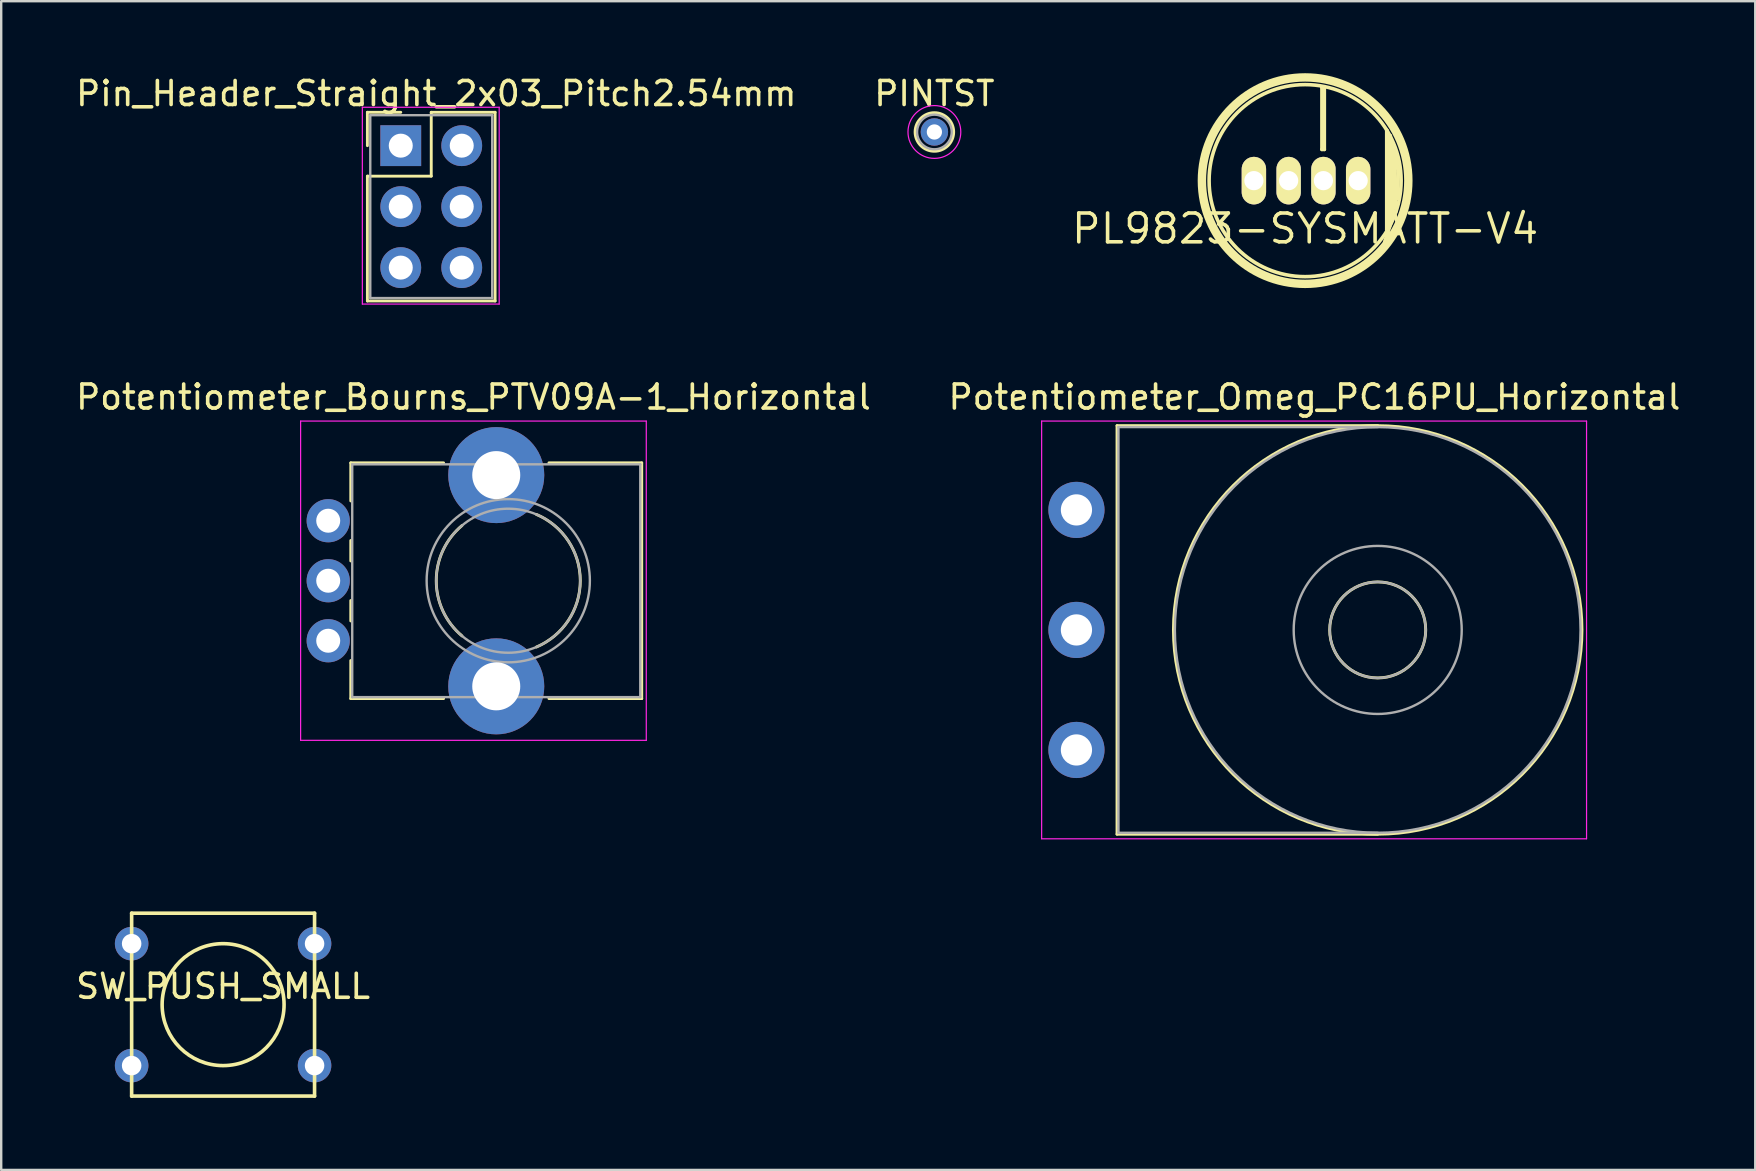
<source format=kicad_pcb>
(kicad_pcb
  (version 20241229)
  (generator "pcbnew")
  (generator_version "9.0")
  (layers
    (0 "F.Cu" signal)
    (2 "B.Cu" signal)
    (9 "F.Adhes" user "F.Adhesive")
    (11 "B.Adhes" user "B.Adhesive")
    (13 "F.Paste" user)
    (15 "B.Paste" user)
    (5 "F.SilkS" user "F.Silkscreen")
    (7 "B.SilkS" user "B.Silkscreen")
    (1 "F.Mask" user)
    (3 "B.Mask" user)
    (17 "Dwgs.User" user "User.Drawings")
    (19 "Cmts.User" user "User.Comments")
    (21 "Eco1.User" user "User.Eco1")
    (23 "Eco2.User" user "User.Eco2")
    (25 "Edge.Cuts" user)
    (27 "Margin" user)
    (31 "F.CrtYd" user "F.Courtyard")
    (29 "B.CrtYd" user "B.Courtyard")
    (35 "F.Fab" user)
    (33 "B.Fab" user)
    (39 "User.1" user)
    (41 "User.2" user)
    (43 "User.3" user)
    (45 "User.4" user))
  (footprint "PL9823-SYSMATT-V4"
    (layer "F.Cu")
    (at 51.319 4.475)
    (property "Reference" "PL9823-SYSMATT-V4" (at 0 2 0) (layer "F.SilkS") (effects (font (size 1.2 1.2) (thickness 0.15))))
    (attr through_hole)
    (fp_line (start 0.7 -3.9) (end 0.7 -1.3) (stroke (width 0.15) (type solid)) (layer "F.SilkS"))
    (fp_line (start 0.7 -1.3) (end 0.8 -1.3) (stroke (width 0.15) (type solid)) (layer "F.SilkS"))
    (fp_line (start 0.8 -3.9) (end 0.7 -3.9) (stroke (width 0.15) (type solid)) (layer "F.SilkS"))
    (fp_line (start 0.8 -1.3) (end 0.8 -3.9) (stroke (width 0.15) (type solid)) (layer "F.SilkS"))
    (fp_line (start 3.4 -2.1) (end 3.4 2.05) (stroke (width 0.15) (type solid)) (layer "F.SilkS"))
    (fp_line (start 3.4 2.05) (end 3.475 1.85) (stroke (width 0.15) (type solid)) (layer "F.SilkS"))
    (fp_line (start 3.425 -2.025) (end 3.4 -2.1) (stroke (width 0.15) (type solid)) (layer "F.SilkS"))
    (fp_line (start 3.425 1.975) (end 3.425 -2.025) (stroke (width 0.15) (type solid)) (layer "F.SilkS"))
    (fp_line (start 3.525 1.85) (end 3.425 1.975) (stroke (width 0.15) (type solid)) (layer "F.SilkS"))
    (fp_line (start 3.55 -1.875) (end 3.525 1.85) (stroke (width 0.15) (type solid)) (layer "F.SilkS"))
    (fp_line (start 3.63 1.5) (end 3.78 1.28) (stroke (width 0.15) (type solid)) (layer "F.SilkS"))
    (fp_line (start 3.64 -1.48) (end 3.63 1.5) (stroke (width 0.15) (type solid)) (layer "F.SilkS"))
    (fp_line (start 3.73 -1.22) (end 3.88 -0.37) (stroke (width 0.15) (type solid)) (layer "F.SilkS"))
    (fp_line (start 3.78 1.28) (end 3.73 -1.22) (stroke (width 0.15) (type solid)) (layer "F.SilkS"))
    (fp_line (start 3.86 0.72) (end 3.89 0.76) (stroke (width 0.15) (type solid)) (layer "F.SilkS"))
    (fp_line (start 3.88 -0.37) (end 3.86 0.72) (stroke (width 0.15) (type solid)) (layer "F.SilkS"))
    (fp_circle (center 0 0) (end 4 0) (stroke (width 0.15) (type solid)) (fill no) (layer "F.SilkS"))
    (fp_circle (center 0 0) (end 4.2 0) (stroke (width 0.15) (type solid)) (fill no) (layer "F.SilkS"))
    (fp_circle (center 0 0) (end 4.3 0) (stroke (width 0.15) (type solid)) (fill no) (layer "F.SilkS"))
    (fp_circle (center 0 0) (end 4.4 0) (stroke (width 0.15) (type solid)) (fill no) (layer "F.SilkS"))
    (pad "1" thru_hole oval (at -2.134 0) (size 1.016 1.981) (drill 0.8) (layers "*.Cu" "*.Mask" "F.SilkS"))
    (pad "2" thru_hole oval (at -0.686 0) (size 1.016 1.981) (drill 0.8) (layers "*.Cu" "*.Mask" "F.SilkS"))
    (pad "3" thru_hole oval (at 0.762 0) (size 1.016 1.981) (drill 0.8) (layers "*.Cu" "*.Mask" "F.SilkS"))
    (pad "4" thru_hole oval (at 2.21 0) (size 1.016 1.981) (drill 0.8) (layers "*.Cu" "*.Mask" "F.SilkS")))
  (footprint "SW_PUSH_SMALL"
    (layer "F.Cu")
    (at 6.244 38.801)
    (property "Reference" "SW_PUSH_SMALL" (at 0 -0.762 0) (layer "F.SilkS") (effects (font (size 1 1) (thickness 0.15))))
    (attr through_hole)
    (fp_line (start -3.81 -3.81) (end -3.81 3.81) (stroke (width 0.15) (type solid)) (layer "F.SilkS"))
    (fp_line (start -3.81 -3.81) (end 3.81 -3.81) (stroke (width 0.15) (type solid)) (layer "F.SilkS"))
    (fp_line (start 3.81 -3.81) (end 3.81 3.81) (stroke (width 0.15) (type solid)) (layer "F.SilkS"))
    (fp_line (start 3.81 3.81) (end -3.81 3.81) (stroke (width 0.15) (type solid)) (layer "F.SilkS"))
    (fp_circle (center 0 0) (end 0 -2.54) (stroke (width 0.15) (type solid)) (fill no) (layer "F.SilkS"))
    (pad "1" thru_hole circle (at -3.81 -2.54) (size 1.397 1.397) (drill 0.813) (layers "*.Cu" "*.Mask"))
    (pad "1" thru_hole circle (at 3.81 -2.54) (size 1.397 1.397) (drill 0.813) (layers "*.Cu" "*.Mask"))
    (pad "2" thru_hole circle (at -3.81 2.54) (size 1.397 1.397) (drill 0.813) (layers "*.Cu" "*.Mask"))
    (pad "2" thru_hole circle (at 3.81 2.54) (size 1.397 1.397) (drill 0.813) (layers "*.Cu" "*.Mask")))
  (footprint "Potentiometer_Bourns_PTV09A-1_Horizontal"
    (layer "F.Cu")
    (at 10.623 23.642)
    (property "Reference" "Potentiometer_Bourns_PTV09A-1_Horizontal" (at 6.05 -10.15 0) (layer "F.SilkS") (effects (font (size 1 1) (thickness 0.15))))
    (attr through_hole)
    (fp_line (start 0.94 -7.41) (end 0.94 -5.825) (stroke (width 0.12) (type solid)) (layer "F.SilkS"))
    (fp_line (start 0.94 -7.41) (end 4.806 -7.41) (stroke (width 0.12) (type solid)) (layer "F.SilkS"))
    (fp_line (start 0.94 -4.175) (end 0.94 -3.325) (stroke (width 0.12) (type solid)) (layer "F.SilkS"))
    (fp_line (start 0.94 -1.675) (end 0.94 -0.825) (stroke (width 0.12) (type solid)) (layer "F.SilkS"))
    (fp_line (start 0.94 0.825) (end 0.94 2.41) (stroke (width 0.12) (type solid)) (layer "F.SilkS"))
    (fp_line (start 0.94 2.41) (end 4.806 2.41) (stroke (width 0.12) (type solid)) (layer "F.SilkS"))
    (fp_line (start 9.195 -7.41) (end 13.06 -7.41) (stroke (width 0.12) (type solid)) (layer "F.SilkS"))
    (fp_line (start 9.195 2.41) (end 13.06 2.41) (stroke (width 0.12) (type solid)) (layer "F.SilkS"))
    (fp_line (start 13.06 -7.41) (end 13.06 2.41) (stroke (width 0.12) (type solid)) (layer "F.SilkS"))
    (fp_arc (start 5.571705 -0.202247) (mid 4.500335 -2.500192) (end 5.572 -4.798) (stroke (width 0.12) (type solid)) (layer "F.SilkS"))
    (fp_arc (start 8.671982 -5.262432) (mid 10.500762 -2.500553) (end 8.673 0.262) (stroke (width 0.12) (type solid)) (layer "F.SilkS"))
    (fp_line (start -1.15 -9.15) (end -1.15 4.15) (stroke (width 0.05) (type solid)) (layer "F.CrtYd"))
    (fp_line (start -1.15 4.15) (end 13.25 4.15) (stroke (width 0.05) (type solid)) (layer "F.CrtYd"))
    (fp_line (start 13.25 -9.15) (end -1.15 -9.15) (stroke (width 0.05) (type solid)) (layer "F.CrtYd"))
    (fp_line (start 13.25 4.15) (end 13.25 -9.15) (stroke (width 0.05) (type solid)) (layer "F.CrtYd"))
    (fp_line (start 1 -7.35) (end 1 2.35) (stroke (width 0.1) (type solid)) (layer "F.Fab"))
    (fp_line (start 1 2.35) (end 13 2.35) (stroke (width 0.1) (type solid)) (layer "F.Fab"))
    (fp_line (start 13 -7.35) (end 1 -7.35) (stroke (width 0.1) (type solid)) (layer "F.Fab"))
    (fp_line (start 13 2.35) (end 13 -7.35) (stroke (width 0.1) (type solid)) (layer "F.Fab"))
    (fp_circle (center 7.5 -2.5) (end 10.5 -2.5) (stroke (width 0.1) (type solid)) (fill no) (layer "F.Fab"))
    (fp_circle (center 7.5 -2.5) (end 10.9 -2.5) (stroke (width 0.1) (type solid)) (fill no) (layer "F.Fab"))
    (pad "" np_thru_hole circle (at 7 -6.9) (size 4 4) (drill 2) (layers "*.Cu" "*.Mask"))
    (pad "" np_thru_hole circle (at 7 1.9) (size 4 4) (drill 2) (layers "*.Cu" "*.Mask"))
    (pad "1" thru_hole circle (at 0 0) (size 1.8 1.8) (drill 1) (layers "*.Cu" "*.Mask"))
    (pad "2" thru_hole circle (at 0 -2.5) (size 1.8 1.8) (drill 1) (layers "*.Cu" "*.Mask"))
    (pad "3" thru_hole circle (at 0 -5) (size 1.8 1.8) (drill 1) (layers "*.Cu" "*.Mask")))
  (footprint "Pin_Header_Straight_2x03_Pitch2.54mm"
    (layer "F.Cu")
    (at 13.645 3.018)
    (property "Reference" "Pin_Header_Straight_2x03_Pitch2.54mm" (at 1.48 -2.17 0) (layer "F.SilkS") (effects (font (size 1 1) (thickness 0.15))))
    (attr through_hole)
    (fp_line (start -1.39 -1.39) (end 0 -1.39) (stroke (width 0.12) (type solid)) (layer "F.SilkS"))
    (fp_line (start -1.39 0) (end -1.39 -1.39) (stroke (width 0.12) (type solid)) (layer "F.SilkS"))
    (fp_line (start -1.39 1.27) (end -1.39 6.47) (stroke (width 0.12) (type solid)) (layer "F.SilkS"))
    (fp_line (start -1.39 6.47) (end 3.93 6.47) (stroke (width 0.12) (type solid)) (layer "F.SilkS"))
    (fp_line (start 1.27 -1.39) (end 1.27 1.27) (stroke (width 0.12) (type solid)) (layer "F.SilkS"))
    (fp_line (start 1.27 1.27) (end -1.39 1.27) (stroke (width 0.12) (type solid)) (layer "F.SilkS"))
    (fp_line (start 3.93 -1.39) (end 1.27 -1.39) (stroke (width 0.12) (type solid)) (layer "F.SilkS"))
    (fp_line (start 3.93 6.47) (end 3.93 -1.39) (stroke (width 0.12) (type solid)) (layer "F.SilkS"))
    (fp_line (start -1.6 -1.6) (end -1.6 6.6) (stroke (width 0.05) (type solid)) (layer "F.CrtYd"))
    (fp_line (start -1.6 6.6) (end 4.1 6.6) (stroke (width 0.05) (type solid)) (layer "F.CrtYd"))
    (fp_line (start 4.1 -1.6) (end -1.6 -1.6) (stroke (width 0.05) (type solid)) (layer "F.CrtYd"))
    (fp_line (start 4.1 6.6) (end 4.1 -1.6) (stroke (width 0.05) (type solid)) (layer "F.CrtYd"))
    (fp_line (start -1.27 -1.27) (end -1.27 6.35) (stroke (width 0.1) (type solid)) (layer "F.Fab"))
    (fp_line (start -1.27 6.35) (end 3.81 6.35) (stroke (width 0.1) (type solid)) (layer "F.Fab"))
    (fp_line (start 3.81 -1.27) (end -1.27 -1.27) (stroke (width 0.1) (type solid)) (layer "F.Fab"))
    (fp_line (start 3.81 6.35) (end 3.81 -1.27) (stroke (width 0.1) (type solid)) (layer "F.Fab"))
    (pad "1" thru_hole rect (at 0 0) (size 1.7 1.7) (drill 1) (layers "*.Cu" "*.Mask"))
    (pad "2" thru_hole oval (at 2.54 0) (size 1.7 1.7) (drill 1) (layers "*.Cu" "*.Mask"))
    (pad "3" thru_hole oval (at 0 2.54) (size 1.7 1.7) (drill 1) (layers "*.Cu" "*.Mask"))
    (pad "4" thru_hole oval (at 2.54 2.54) (size 1.7 1.7) (drill 1) (layers "*.Cu" "*.Mask"))
    (pad "5" thru_hole oval (at 0 5.08) (size 1.7 1.7) (drill 1) (layers "*.Cu" "*.Mask"))
    (pad "6" thru_hole oval (at 2.54 5.08) (size 1.7 1.7) (drill 1) (layers "*.Cu" "*.Mask")))
  (footprint "PINTST"
    (layer "F.Cu")
    (at 35.875 2.448)
    (property "Reference" "PINTST" (at 0 -1.6 0) (layer "F.SilkS") (effects (font (size 1 1) (thickness 0.15))))
    (attr through_hole)
    (fp_circle (center 0 0) (end -0.254 -0.762) (stroke (width 0.12) (type solid)) (fill no) (layer "F.SilkS"))
    (fp_circle (center 0 0) (end 1.1 0) (stroke (width 0.05) (type solid)) (fill no) (layer "F.CrtYd"))
    (fp_circle (center 0 0) (end 0.4 0.6) (stroke (width 0.1) (type solid)) (fill no) (layer "F.Fab"))
    (pad "1" thru_hole circle (at 0 0) (size 1.143 1.143) (drill 0.635) (layers "*.Cu" "*.Mask")))
  (footprint "Potentiometer_Omeg_PC16PU_Horizontal"
    (layer "F.Cu")
    (at 41.793 28.192)
    (property "Reference" "Potentiometer_Omeg_PC16PU_Horizontal" (at 9.915 -14.7 0) (layer "F.SilkS") (effects (font (size 1 1) (thickness 0.15))))
    (attr through_hole)
    (fp_line (start 1.69 -13.51) (end 1.69 3.51) (stroke (width 0.12) (type solid)) (layer "F.SilkS"))
    (fp_line (start 1.69 -13.51) (end 12.55 -13.51) (stroke (width 0.12) (type solid)) (layer "F.SilkS"))
    (fp_line (start 1.69 3.51) (end 12.55 3.51) (stroke (width 0.12) (type solid)) (layer "F.SilkS"))
    (fp_circle (center 12.55 -5) (end 14.55 -5) (stroke (width 0.12) (type solid)) (fill no) (layer "F.SilkS"))
    (fp_circle (center 12.55 -5) (end 21.06 -5) (stroke (width 0.12) (type solid)) (fill no) (layer "F.SilkS"))
    (fp_line (start -1.45 -13.7) (end -1.45 3.7) (stroke (width 0.05) (type solid)) (layer "F.CrtYd"))
    (fp_line (start -1.45 3.7) (end 21.25 3.7) (stroke (width 0.05) (type solid)) (layer "F.CrtYd"))
    (fp_line (start 21.25 -13.7) (end -1.45 -13.7) (stroke (width 0.05) (type solid)) (layer "F.CrtYd"))
    (fp_line (start 21.25 3.7) (end 21.25 -13.7) (stroke (width 0.05) (type solid)) (layer "F.CrtYd"))
    (fp_line (start 1.75 -13.45) (end 1.75 3.45) (stroke (width 0.1) (type solid)) (layer "F.Fab"))
    (fp_line (start 1.75 3.45) (end 12.55 3.45) (stroke (width 0.1) (type solid)) (layer "F.Fab"))
    (fp_line (start 12.55 -13.45) (end 1.75 -13.45) (stroke (width 0.1) (type solid)) (layer "F.Fab"))
    (fp_circle (center 12.55 -5) (end 14.55 -5) (stroke (width 0.1) (type solid)) (fill no) (layer "F.Fab"))
    (fp_circle (center 12.55 -5) (end 16.05 -5) (stroke (width 0.1) (type solid)) (fill no) (layer "F.Fab"))
    (fp_circle (center 12.55 -5) (end 21 -5) (stroke (width 0.1) (type solid)) (fill no) (layer "F.Fab"))
    (pad "1" thru_hole circle (at 0 0) (size 2.34 2.34) (drill 1.3) (layers "*.Cu" "*.Mask"))
    (pad "2" thru_hole circle (at 0 -5) (size 2.34 2.34) (drill 1.3) (layers "*.Cu" "*.Mask"))
    (pad "3" thru_hole circle (at 0 -10) (size 2.34 2.34) (drill 1.3) (layers "*.Cu" "*.Mask")))
  (gr_rect
    (start -3 -3)
    (end 70.071 45.687)
    (stroke (width 0.1) (type default))
    (fill no)
    (layer "Edge.Cuts")))
</source>
